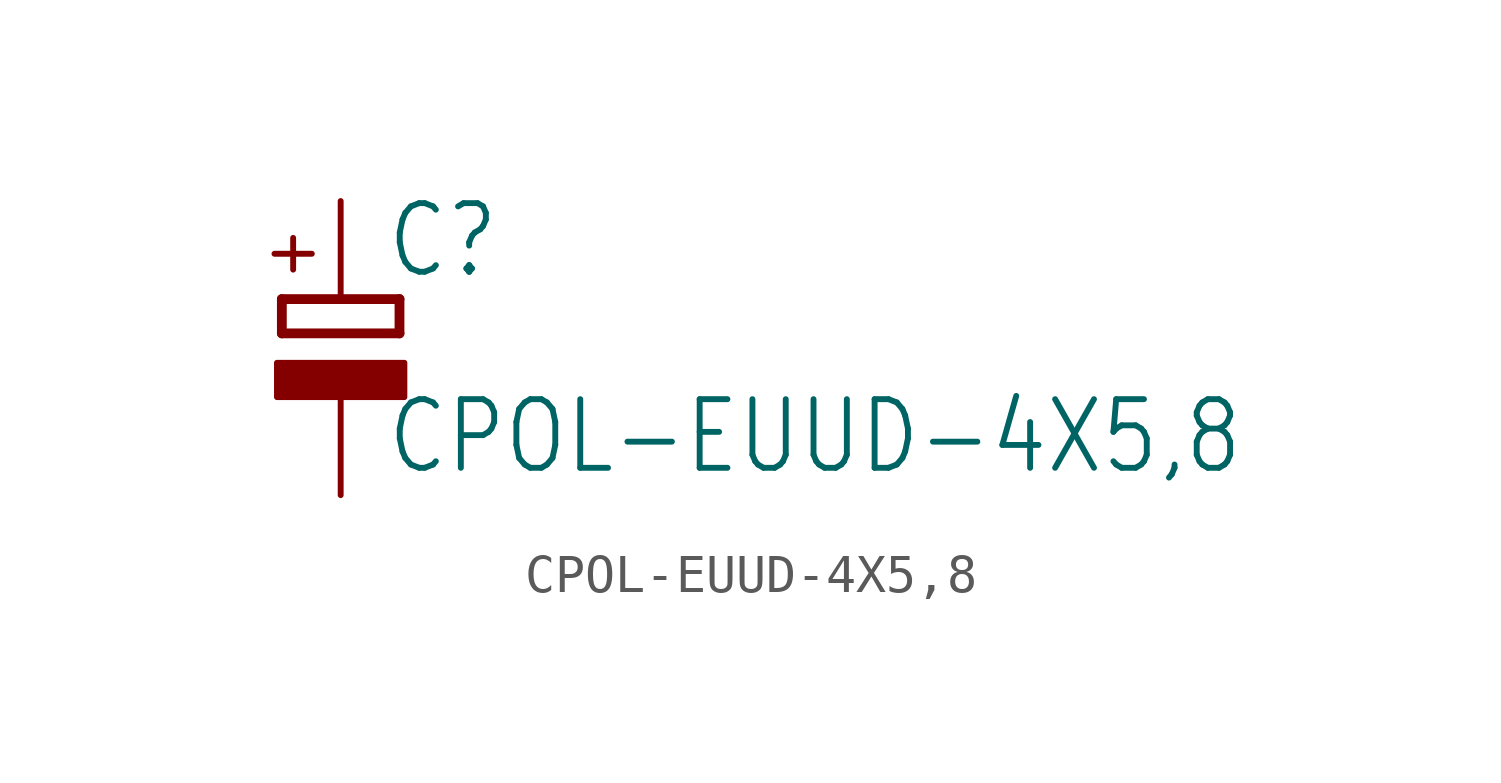
<source format=kicad_sym>
(kicad_symbol_lib
  (version 20210619)
  (generator kicad_symbol_editor)
  (symbol "CPOL-EUUD-4X5,8"
    (property "Reference" "C"
      (at 1.143 0.483 0)
      (effects (font (size 1.778 1.511)) (justify left bottom)))
    (property "Value" "CPOL-EUUD-4X5,8"
      (at 1.143 -4.597 0)
      (effects (font (size 1.778 1.511)) (justify left bottom)))
    (property "ki_locked" ""
      (at 0 0 0)
      (effects (font (size 1.27 1.27))))
    (symbol "CPOL-EUUD-4X5,8_1_0"
      (text "+" (at -0.584 0.406 900) (effects (font (size 1.27 1.079)) (justify left bottom)))
      (rectangle (start -1.651 -2.54) (end 1.651 -1.651) (stroke (width 0)) (fill (type outline)))
      (polyline (pts (xy -1.524 -0.889) (xy 1.524 -0.889)) (stroke (width 0.254)) (fill (type none)))
      (polyline (pts (xy -1.524 0) (xy -1.524 -0.889)) (stroke (width 0.254)) (fill (type none)))
      (polyline (pts (xy -1.524 0) (xy 1.524 0)) (stroke (width 0.254)) (fill (type none)))
      (polyline (pts (xy 1.524 -0.889) (xy 1.524 0)) (stroke (width 0.254)) (fill (type none)))
      (pin passive line (at 0 2.54 270) (length 2.54) (name "+" (effects (font (size 0 0)))) (number "+" (effects (font (size 0 0)))))
      (pin passive line (at 0 -5.08 90) (length 2.54) (name "-" (effects (font (size 0 0)))) (number "-" (effects (font (size 0 0))))))))
</source>
